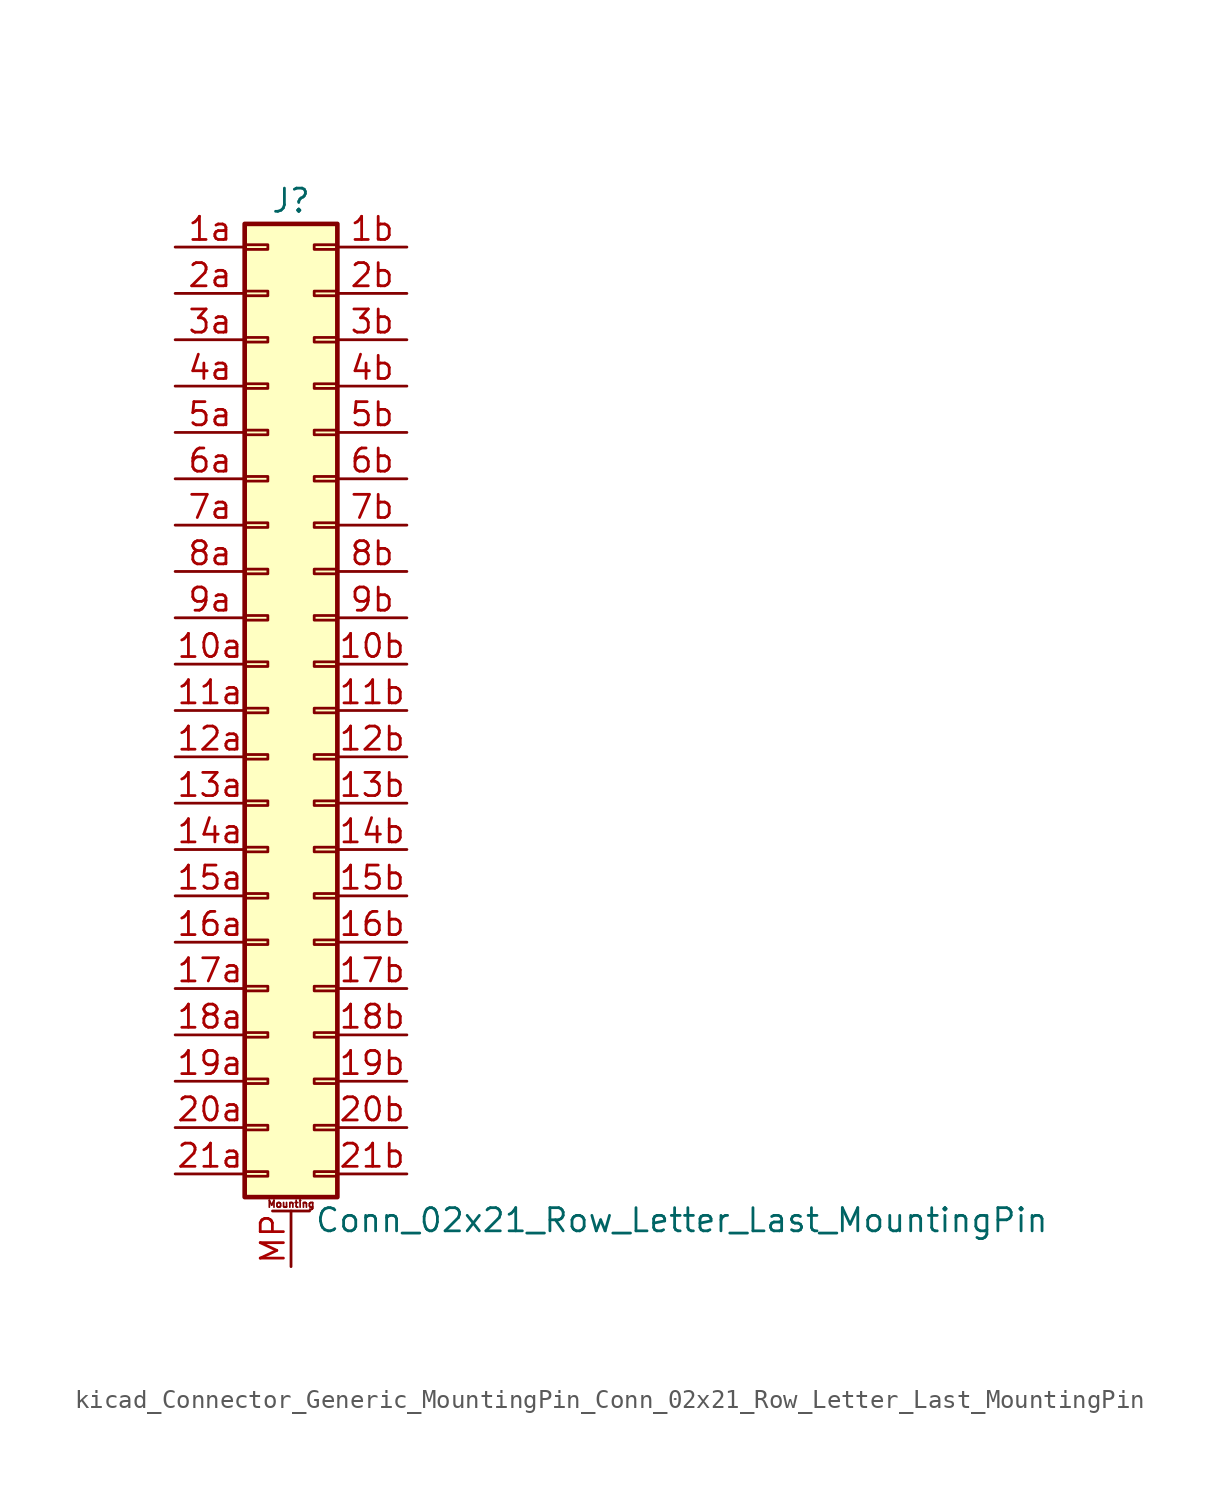
<source format=kicad_sym>
(kicad_symbol_lib
  (version 20220914)
  (generator kicad_symbol_editor)
  (symbol "kicad_Connector_Generic_MountingPin_Conn_02x21_Row_Letter_Last_MountingPin"
    (pin_names
      (offset 1.016) hide)
    (property "Reference" "J"
      (at 1.27 27.94 0)
      (effects (font (size 1.27 1.27))))
    (property "Value" "Conn_02x21_Row_Letter_Last_MountingPin"
      (at 2.54 -27.94 0)
      (effects (font (size 1.27 1.27)) (justify left)))
    (symbol "kicad_Connector_Generic_MountingPin_Conn_02x21_Row_Letter_Last_MountingPin_1_1"
      (rectangle (start -1.27 -25.273) (end 0 -25.527) (stroke (width 0.152) (type default)) (fill (type none)))
      (rectangle (start -1.27 -22.733) (end 0 -22.987) (stroke (width 0.152) (type default)) (fill (type none)))
      (rectangle (start -1.27 -20.193) (end 0 -20.447) (stroke (width 0.152) (type default)) (fill (type none)))
      (rectangle (start -1.27 -17.653) (end 0 -17.907) (stroke (width 0.152) (type default)) (fill (type none)))
      (rectangle (start -1.27 -15.113) (end 0 -15.367) (stroke (width 0.152) (type default)) (fill (type none)))
      (rectangle (start -1.27 -12.573) (end 0 -12.827) (stroke (width 0.152) (type default)) (fill (type none)))
      (rectangle (start -1.27 -10.033) (end 0 -10.287) (stroke (width 0.152) (type default)) (fill (type none)))
      (rectangle (start -1.27 -7.493) (end 0 -7.747) (stroke (width 0.152) (type default)) (fill (type none)))
      (rectangle (start -1.27 -4.953) (end 0 -5.207) (stroke (width 0.152) (type default)) (fill (type none)))
      (rectangle (start -1.27 -2.413) (end 0 -2.667) (stroke (width 0.152) (type default)) (fill (type none)))
      (rectangle (start -1.27 0.127) (end 0 -0.127) (stroke (width 0.152) (type default)) (fill (type none)))
      (rectangle (start -1.27 2.667) (end 0 2.413) (stroke (width 0.152) (type default)) (fill (type none)))
      (rectangle (start -1.27 5.207) (end 0 4.953) (stroke (width 0.152) (type default)) (fill (type none)))
      (rectangle (start -1.27 7.747) (end 0 7.493) (stroke (width 0.152) (type default)) (fill (type none)))
      (rectangle (start -1.27 10.287) (end 0 10.033) (stroke (width 0.152) (type default)) (fill (type none)))
      (rectangle (start -1.27 12.827) (end 0 12.573) (stroke (width 0.152) (type default)) (fill (type none)))
      (rectangle (start -1.27 15.367) (end 0 15.113) (stroke (width 0.152) (type default)) (fill (type none)))
      (rectangle (start -1.27 17.907) (end 0 17.653) (stroke (width 0.152) (type default)) (fill (type none)))
      (rectangle (start -1.27 20.447) (end 0 20.193) (stroke (width 0.152) (type default)) (fill (type none)))
      (rectangle (start -1.27 22.987) (end 0 22.733) (stroke (width 0.152) (type default)) (fill (type none)))
      (rectangle (start -1.27 25.527) (end 0 25.273) (stroke (width 0.152) (type default)) (fill (type none)))
      (rectangle (start -1.27 26.67) (end 3.81 -26.67) (stroke (width 0.254) (type default)) (fill (type background)))
      (polyline (pts (xy 0.254 -27.432) (xy 2.286 -27.432)) (stroke (width 0.152) (type default)) (fill (type none)))
      (rectangle (start 3.81 -25.273) (end 2.54 -25.527) (stroke (width 0.152) (type default)) (fill (type none)))
      (rectangle (start 3.81 -22.733) (end 2.54 -22.987) (stroke (width 0.152) (type default)) (fill (type none)))
      (rectangle (start 3.81 -20.193) (end 2.54 -20.447) (stroke (width 0.152) (type default)) (fill (type none)))
      (rectangle (start 3.81 -17.653) (end 2.54 -17.907) (stroke (width 0.152) (type default)) (fill (type none)))
      (rectangle (start 3.81 -15.113) (end 2.54 -15.367) (stroke (width 0.152) (type default)) (fill (type none)))
      (rectangle (start 3.81 -12.573) (end 2.54 -12.827) (stroke (width 0.152) (type default)) (fill (type none)))
      (rectangle (start 3.81 -10.033) (end 2.54 -10.287) (stroke (width 0.152) (type default)) (fill (type none)))
      (rectangle (start 3.81 -7.493) (end 2.54 -7.747) (stroke (width 0.152) (type default)) (fill (type none)))
      (rectangle (start 3.81 -4.953) (end 2.54 -5.207) (stroke (width 0.152) (type default)) (fill (type none)))
      (rectangle (start 3.81 -2.413) (end 2.54 -2.667) (stroke (width 0.152) (type default)) (fill (type none)))
      (rectangle (start 3.81 0.127) (end 2.54 -0.127) (stroke (width 0.152) (type default)) (fill (type none)))
      (rectangle (start 3.81 2.667) (end 2.54 2.413) (stroke (width 0.152) (type default)) (fill (type none)))
      (rectangle (start 3.81 5.207) (end 2.54 4.953) (stroke (width 0.152) (type default)) (fill (type none)))
      (rectangle (start 3.81 7.747) (end 2.54 7.493) (stroke (width 0.152) (type default)) (fill (type none)))
      (rectangle (start 3.81 10.287) (end 2.54 10.033) (stroke (width 0.152) (type default)) (fill (type none)))
      (rectangle (start 3.81 12.827) (end 2.54 12.573) (stroke (width 0.152) (type default)) (fill (type none)))
      (rectangle (start 3.81 15.367) (end 2.54 15.113) (stroke (width 0.152) (type default)) (fill (type none)))
      (rectangle (start 3.81 17.907) (end 2.54 17.653) (stroke (width 0.152) (type default)) (fill (type none)))
      (rectangle (start 3.81 20.447) (end 2.54 20.193) (stroke (width 0.152) (type default)) (fill (type none)))
      (rectangle (start 3.81 22.987) (end 2.54 22.733) (stroke (width 0.152) (type default)) (fill (type none)))
      (rectangle (start 3.81 25.527) (end 2.54 25.273) (stroke (width 0.152) (type default)) (fill (type none)))
      (text "Mounting" (at 1.27 -27.051 0) (effects (font (size 0.381 0.381))))
      (pin passive line (at -5.08 2.54 0) (length 3.81) (name "Pin_10a" (effects (font (size 1.27 1.27)))) (number "10a" (effects (font (size 1.27 1.27)))))
      (pin passive line (at 7.62 2.54 180) (length 3.81) (name "Pin_10b" (effects (font (size 1.27 1.27)))) (number "10b" (effects (font (size 1.27 1.27)))))
      (pin passive line (at -5.08 0 0) (length 3.81) (name "Pin_11a" (effects (font (size 1.27 1.27)))) (number "11a" (effects (font (size 1.27 1.27)))))
      (pin passive line (at 7.62 0 180) (length 3.81) (name "Pin_11b" (effects (font (size 1.27 1.27)))) (number "11b" (effects (font (size 1.27 1.27)))))
      (pin passive line (at -5.08 -2.54 0) (length 3.81) (name "Pin_12a" (effects (font (size 1.27 1.27)))) (number "12a" (effects (font (size 1.27 1.27)))))
      (pin passive line (at 7.62 -2.54 180) (length 3.81) (name "Pin_12b" (effects (font (size 1.27 1.27)))) (number "12b" (effects (font (size 1.27 1.27)))))
      (pin passive line (at -5.08 -5.08 0) (length 3.81) (name "Pin_13a" (effects (font (size 1.27 1.27)))) (number "13a" (effects (font (size 1.27 1.27)))))
      (pin passive line (at 7.62 -5.08 180) (length 3.81) (name "Pin_13b" (effects (font (size 1.27 1.27)))) (number "13b" (effects (font (size 1.27 1.27)))))
      (pin passive line (at -5.08 -7.62 0) (length 3.81) (name "Pin_14a" (effects (font (size 1.27 1.27)))) (number "14a" (effects (font (size 1.27 1.27)))))
      (pin passive line (at 7.62 -7.62 180) (length 3.81) (name "Pin_14b" (effects (font (size 1.27 1.27)))) (number "14b" (effects (font (size 1.27 1.27)))))
      (pin passive line (at -5.08 -10.16 0) (length 3.81) (name "Pin_15a" (effects (font (size 1.27 1.27)))) (number "15a" (effects (font (size 1.27 1.27)))))
      (pin passive line (at 7.62 -10.16 180) (length 3.81) (name "Pin_15b" (effects (font (size 1.27 1.27)))) (number "15b" (effects (font (size 1.27 1.27)))))
      (pin passive line (at -5.08 -12.7 0) (length 3.81) (name "Pin_16a" (effects (font (size 1.27 1.27)))) (number "16a" (effects (font (size 1.27 1.27)))))
      (pin passive line (at 7.62 -12.7 180) (length 3.81) (name "Pin_16b" (effects (font (size 1.27 1.27)))) (number "16b" (effects (font (size 1.27 1.27)))))
      (pin passive line (at -5.08 -15.24 0) (length 3.81) (name "Pin_17a" (effects (font (size 1.27 1.27)))) (number "17a" (effects (font (size 1.27 1.27)))))
      (pin passive line (at 7.62 -15.24 180) (length 3.81) (name "Pin_17b" (effects (font (size 1.27 1.27)))) (number "17b" (effects (font (size 1.27 1.27)))))
      (pin passive line (at -5.08 -17.78 0) (length 3.81) (name "Pin_18a" (effects (font (size 1.27 1.27)))) (number "18a" (effects (font (size 1.27 1.27)))))
      (pin passive line (at 7.62 -17.78 180) (length 3.81) (name "Pin_18b" (effects (font (size 1.27 1.27)))) (number "18b" (effects (font (size 1.27 1.27)))))
      (pin passive line (at -5.08 -20.32 0) (length 3.81) (name "Pin_19a" (effects (font (size 1.27 1.27)))) (number "19a" (effects (font (size 1.27 1.27)))))
      (pin passive line (at 7.62 -20.32 180) (length 3.81) (name "Pin_19b" (effects (font (size 1.27 1.27)))) (number "19b" (effects (font (size 1.27 1.27)))))
      (pin passive line (at -5.08 25.4 0) (length 3.81) (name "Pin_1a" (effects (font (size 1.27 1.27)))) (number "1a" (effects (font (size 1.27 1.27)))))
      (pin passive line (at 7.62 25.4 180) (length 3.81) (name "Pin_1b" (effects (font (size 1.27 1.27)))) (number "1b" (effects (font (size 1.27 1.27)))))
      (pin passive line (at -5.08 -22.86 0) (length 3.81) (name "Pin_20a" (effects (font (size 1.27 1.27)))) (number "20a" (effects (font (size 1.27 1.27)))))
      (pin passive line (at 7.62 -22.86 180) (length 3.81) (name "Pin_20b" (effects (font (size 1.27 1.27)))) (number "20b" (effects (font (size 1.27 1.27)))))
      (pin passive line (at -5.08 -25.4 0) (length 3.81) (name "Pin_21a" (effects (font (size 1.27 1.27)))) (number "21a" (effects (font (size 1.27 1.27)))))
      (pin passive line (at 7.62 -25.4 180) (length 3.81) (name "Pin_21b" (effects (font (size 1.27 1.27)))) (number "21b" (effects (font (size 1.27 1.27)))))
      (pin passive line (at -5.08 22.86 0) (length 3.81) (name "Pin_2a" (effects (font (size 1.27 1.27)))) (number "2a" (effects (font (size 1.27 1.27)))))
      (pin passive line (at 7.62 22.86 180) (length 3.81) (name "Pin_2b" (effects (font (size 1.27 1.27)))) (number "2b" (effects (font (size 1.27 1.27)))))
      (pin passive line (at -5.08 20.32 0) (length 3.81) (name "Pin_3a" (effects (font (size 1.27 1.27)))) (number "3a" (effects (font (size 1.27 1.27)))))
      (pin passive line (at 7.62 20.32 180) (length 3.81) (name "Pin_3b" (effects (font (size 1.27 1.27)))) (number "3b" (effects (font (size 1.27 1.27)))))
      (pin passive line (at -5.08 17.78 0) (length 3.81) (name "Pin_4a" (effects (font (size 1.27 1.27)))) (number "4a" (effects (font (size 1.27 1.27)))))
      (pin passive line (at 7.62 17.78 180) (length 3.81) (name "Pin_4b" (effects (font (size 1.27 1.27)))) (number "4b" (effects (font (size 1.27 1.27)))))
      (pin passive line (at -5.08 15.24 0) (length 3.81) (name "Pin_5a" (effects (font (size 1.27 1.27)))) (number "5a" (effects (font (size 1.27 1.27)))))
      (pin passive line (at 7.62 15.24 180) (length 3.81) (name "Pin_5b" (effects (font (size 1.27 1.27)))) (number "5b" (effects (font (size 1.27 1.27)))))
      (pin passive line (at -5.08 12.7 0) (length 3.81) (name "Pin_6a" (effects (font (size 1.27 1.27)))) (number "6a" (effects (font (size 1.27 1.27)))))
      (pin passive line (at 7.62 12.7 180) (length 3.81) (name "Pin_6b" (effects (font (size 1.27 1.27)))) (number "6b" (effects (font (size 1.27 1.27)))))
      (pin passive line (at -5.08 10.16 0) (length 3.81) (name "Pin_7a" (effects (font (size 1.27 1.27)))) (number "7a" (effects (font (size 1.27 1.27)))))
      (pin passive line (at 7.62 10.16 180) (length 3.81) (name "Pin_7b" (effects (font (size 1.27 1.27)))) (number "7b" (effects (font (size 1.27 1.27)))))
      (pin passive line (at -5.08 7.62 0) (length 3.81) (name "Pin_8a" (effects (font (size 1.27 1.27)))) (number "8a" (effects (font (size 1.27 1.27)))))
      (pin passive line (at 7.62 7.62 180) (length 3.81) (name "Pin_8b" (effects (font (size 1.27 1.27)))) (number "8b" (effects (font (size 1.27 1.27)))))
      (pin passive line (at -5.08 5.08 0) (length 3.81) (name "Pin_9a" (effects (font (size 1.27 1.27)))) (number "9a" (effects (font (size 1.27 1.27)))))
      (pin passive line (at 7.62 5.08 180) (length 3.81) (name "Pin_9b" (effects (font (size 1.27 1.27)))) (number "9b" (effects (font (size 1.27 1.27)))))
      (pin passive line (at 1.27 -30.48 90) (length 3.048) (name "MountPin" (effects (font (size 1.27 1.27)))) (number "MP" (effects (font (size 1.27 1.27))))))))
</source>
